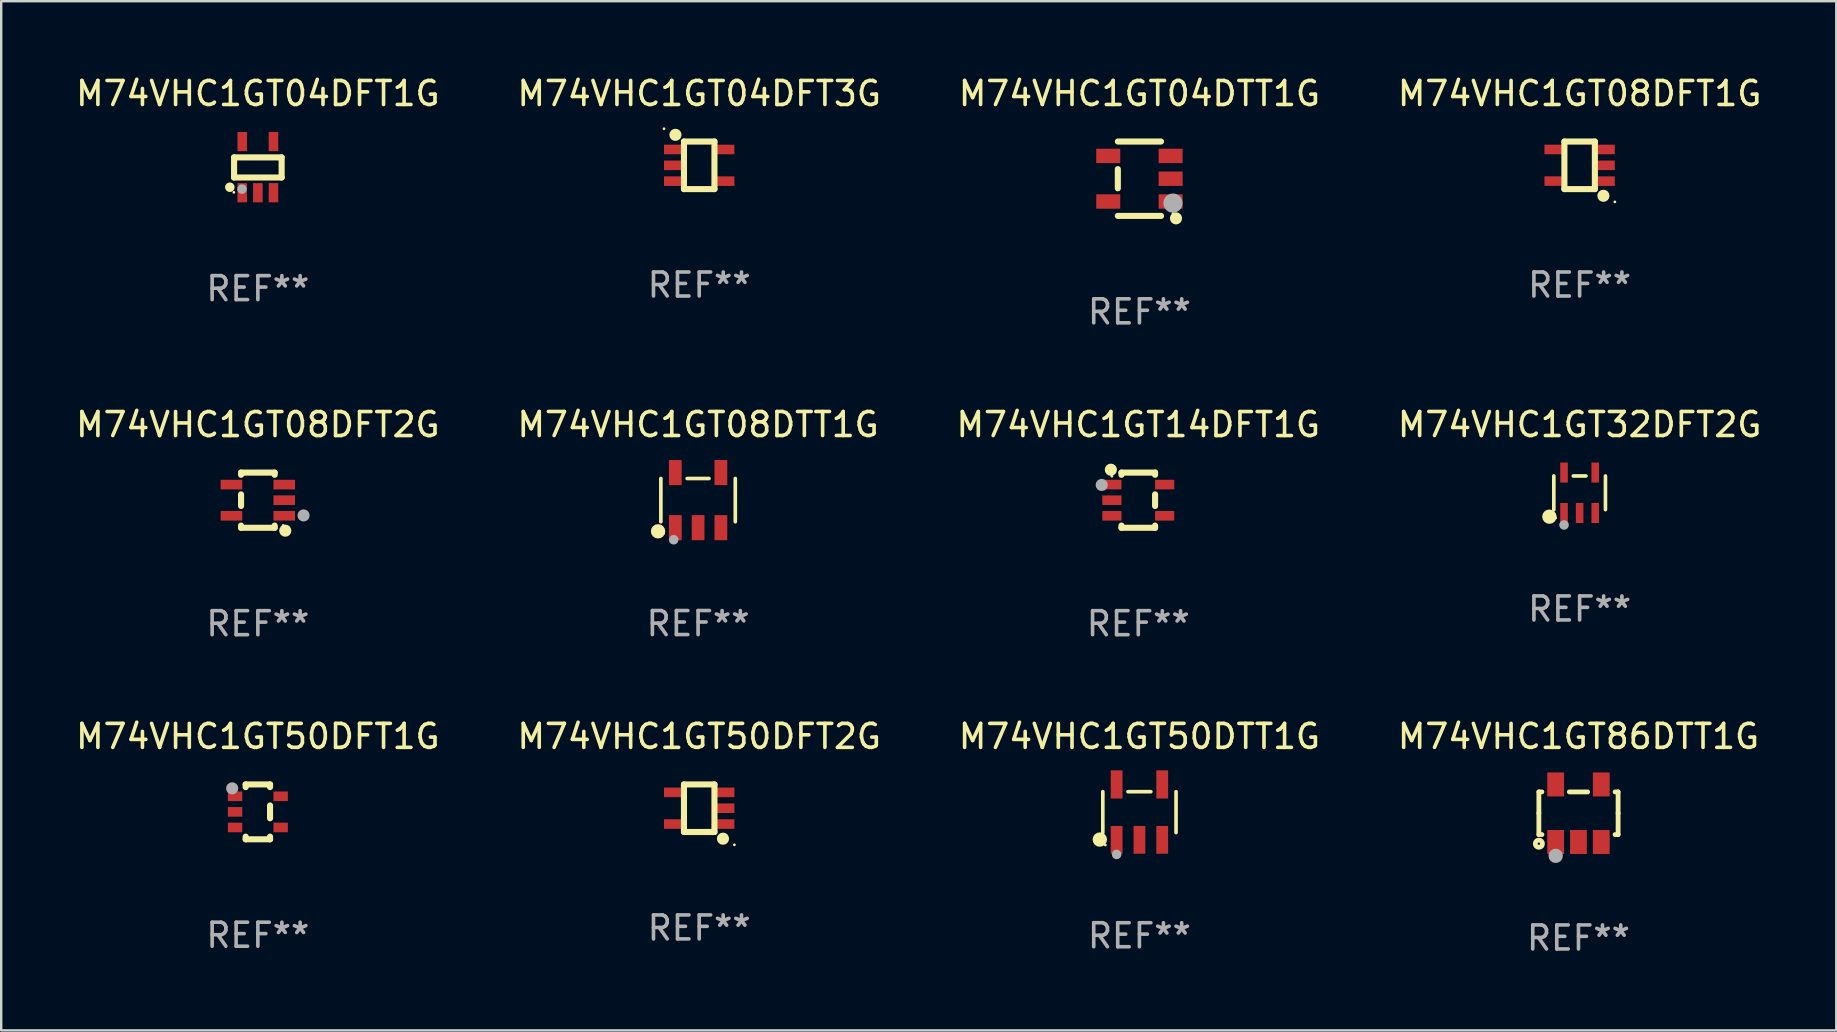
<source format=kicad_pcb>
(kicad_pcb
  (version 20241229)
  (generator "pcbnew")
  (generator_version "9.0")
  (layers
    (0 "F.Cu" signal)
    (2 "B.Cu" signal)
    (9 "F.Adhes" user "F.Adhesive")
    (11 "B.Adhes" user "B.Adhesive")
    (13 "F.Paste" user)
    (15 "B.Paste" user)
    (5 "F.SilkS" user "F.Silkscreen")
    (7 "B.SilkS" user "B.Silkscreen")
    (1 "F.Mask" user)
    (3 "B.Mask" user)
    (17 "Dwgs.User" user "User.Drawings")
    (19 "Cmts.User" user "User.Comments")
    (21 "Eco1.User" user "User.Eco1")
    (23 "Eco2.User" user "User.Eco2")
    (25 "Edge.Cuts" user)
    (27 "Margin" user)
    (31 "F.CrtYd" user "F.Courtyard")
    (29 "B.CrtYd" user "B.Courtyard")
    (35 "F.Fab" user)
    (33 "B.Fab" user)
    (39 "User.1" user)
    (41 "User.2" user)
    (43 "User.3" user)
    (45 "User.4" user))
  (footprint "M74VHC1GT08DFT1G"
    (layer "F.Cu")
    (at 62.78 3.839)
    (property "Reference" "M74VHC1GT08DFT1G" (at 0 -2.991 0) (layer "F.SilkS") (effects (font (size 1 1) (thickness 0.15))))
    (attr through_hole)
    (fp_line (start -0.635 -0.991) (end 0.635 -0.991) (stroke (width 0.254) (type solid)) (layer "F.SilkS"))
    (fp_line (start -0.635 0.991) (end -0.635 -0.991) (stroke (width 0.254) (type solid)) (layer "F.SilkS"))
    (fp_line (start 0.635 -0.991) (end 0.635 0.991) (stroke (width 0.254) (type solid)) (layer "F.SilkS"))
    (fp_line (start 0.635 0.991) (end -0.635 0.991) (stroke (width 0.254) (type solid)) (layer "F.SilkS"))
    (fp_circle (center 0.991 1.27) (end 1.118 1.27) (stroke (width 0.254) (type solid)) (fill no) (layer "F.SilkS"))
    (fp_circle (center 1.467 1.524) (end 1.497 1.524) (stroke (width 0.06) (type solid)) (fill no) (layer "F.SilkS"))
    (fp_text user "REF**" (at 0 4.991 0) (layer "F.Fab") (effects (font (size 1 1) (thickness 0.15))))
    (pad "1" smd rect (at 1.067 0.66 180) (size 0.8 0.399) (layers "F.Cu" "F.Mask" "F.Paste"))
    (pad "2" smd rect (at 1.067 0 180) (size 0.8 0.399) (layers "F.Cu" "F.Mask" "F.Paste"))
    (pad "3" smd rect (at 1.067 -0.66 180) (size 0.8 0.399) (layers "F.Cu" "F.Mask" "F.Paste"))
    (pad "4" smd rect (at -1.067 -0.66 180) (size 0.8 0.399) (layers "F.Cu" "F.Mask" "F.Paste"))
    (pad "5" smd rect (at -1.066 0.659 180) (size 0.8 0.399) (layers "F.Cu" "F.Mask" "F.Paste")))
  (footprint "M74VHC1GT50DTT1G"
    (layer "F.Cu")
    (at 44.435 30.795)
    (property "Reference" "M74VHC1GT50DTT1G" (at 0 -3.154 0) (layer "F.SilkS") (effects (font (size 1 1) (thickness 0.15))))
    (attr through_hole)
    (fp_line (start -1.526 0.851) (end -1.526 -0.851) (stroke (width 0.152) (type solid)) (layer "F.SilkS"))
    (fp_line (start 0.476 -0.851) (end -0.476 -0.851) (stroke (width 0.152) (type solid)) (layer "F.SilkS"))
    (fp_line (start 1.526 0.851) (end 1.526 -0.851) (stroke (width 0.152) (type solid)) (layer "F.SilkS"))
    (fp_circle (center -1.651 1.143) (end -1.501 1.143) (stroke (width 0.3) (type solid)) (fill no) (layer "F.SilkS"))
    (fp_circle (center -1.42 1.37) (end -1.39 1.37) (stroke (width 0.06) (type solid)) (fill no) (layer "F.SilkS"))
    (fp_circle (center -0.95 1.763) (end -0.85 1.763) (stroke (width 0.2) (type solid)) (fill no) (layer "F.Fab"))
    (fp_text user "REF**" (at 0 5.154 0) (layer "F.Fab") (effects (font (size 1 1) (thickness 0.15))))
    (pad "1" smd rect (at -0.95 1.154) (size 0.49 1.157) (layers "F.Cu" "F.Mask" "F.Paste"))
    (pad "2" smd rect (at 0 1.154) (size 0.49 1.157) (layers "F.Cu" "F.Mask" "F.Paste"))
    (pad "3" smd rect (at 0.95 1.154) (size 0.49 1.157) (layers "F.Cu" "F.Mask" "F.Paste"))
    (pad "4" smd rect (at 0.95 -1.154) (size 0.49 1.175) (layers "F.Cu" "F.Mask" "F.Paste"))
    (pad "5" smd rect (at -0.95 -1.154) (size 0.49 1.175) (layers "F.Cu" "F.Mask" "F.Paste")))
  (footprint "M74VHC1GT50DFT1G"
    (layer "F.Cu")
    (at 7.696 30.784)
    (property "Reference" "M74VHC1GT50DFT1G" (at 0 -3.143 0) (layer "F.SilkS") (effects (font (size 1 1) (thickness 0.15))))
    (attr through_hole)
    (fp_line (start -0.508 -1.143) (end 0.508 -1.143) (stroke (width 0.254) (type solid)) (layer "F.SilkS"))
    (fp_line (start -0.508 -1.032) (end -0.508 -1.143) (stroke (width 0.254) (type solid)) (layer "F.SilkS"))
    (fp_line (start -0.508 1.143) (end -0.508 1.032) (stroke (width 0.254) (type solid)) (layer "F.SilkS"))
    (fp_line (start 0.508 -1.143) (end 0.508 -1.032) (stroke (width 0.254) (type solid)) (layer "F.SilkS"))
    (fp_line (start 0.508 -0.268) (end 0.508 0.268) (stroke (width 0.254) (type solid)) (layer "F.SilkS"))
    (fp_line (start 0.508 1.032) (end 0.508 1.143) (stroke (width 0.254) (type solid)) (layer "F.SilkS"))
    (fp_line (start 0.508 1.143) (end -0.508 1.143) (stroke (width 0.254) (type solid)) (layer "F.SilkS"))
    (fp_circle (center -1.05 -1) (end -1.02 -1) (stroke (width 0.06) (type solid)) (fill no) (layer "F.SilkS"))
    (fp_circle (center -1.07 -0.98) (end -0.943 -0.98) (stroke (width 0.254) (type solid)) (fill no) (layer "F.Fab"))
    (fp_text user "REF**" (at 0 5.143 0) (layer "F.Fab") (effects (font (size 1 1) (thickness 0.15))))
    (pad "1" smd rect (at -0.95 -0.65 90) (size 0.4 0.6) (layers "F.Cu" "F.Mask" "F.Paste"))
    (pad "2" smd rect (at -0.95 -0.000076 90) (size 0.4 0.6) (layers "F.Cu" "F.Mask" "F.Paste"))
    (pad "3" smd rect (at -0.95 0.65 90) (size 0.4 0.6) (layers "F.Cu" "F.Mask" "F.Paste"))
    (pad "4" smd rect (at 0.95 0.65 90) (size 0.4 0.6) (layers "F.Cu" "F.Mask" "F.Paste"))
    (pad "5" smd rect (at 0.95 -0.65 90) (size 0.4 0.6) (layers "F.Cu" "F.Mask" "F.Paste")))
  (footprint "M74VHC1GT04DFT3G"
    (layer "F.Cu")
    (at 26.089 3.839)
    (property "Reference" "M74VHC1GT04DFT3G" (at 0 -2.991 0) (layer "F.SilkS") (effects (font (size 1 1) (thickness 0.15))))
    (attr through_hole)
    (fp_line (start -0.635 -0.991) (end 0.635 -0.991) (stroke (width 0.254) (type solid)) (layer "F.SilkS"))
    (fp_line (start -0.635 0.991) (end -0.635 -0.991) (stroke (width 0.254) (type solid)) (layer "F.SilkS"))
    (fp_line (start 0.635 -0.991) (end 0.635 0.991) (stroke (width 0.254) (type solid)) (layer "F.SilkS"))
    (fp_line (start 0.635 0.991) (end -0.635 0.991) (stroke (width 0.254) (type solid)) (layer "F.SilkS"))
    (fp_circle (center -1.467 -1.524) (end -1.437 -1.524) (stroke (width 0.06) (type solid)) (fill no) (layer "F.SilkS"))
    (fp_circle (center -0.991 -1.27) (end -0.864 -1.27) (stroke (width 0.254) (type solid)) (fill no) (layer "F.SilkS"))
    (fp_text user "REF**" (at 0 4.991 0) (layer "F.Fab") (effects (font (size 1 1) (thickness 0.15))))
    (pad "1" smd rect (at -1.067 -0.66) (size 0.8 0.399) (layers "F.Cu" "F.Mask" "F.Paste"))
    (pad "2" smd rect (at -1.067 0) (size 0.8 0.399) (layers "F.Cu" "F.Mask" "F.Paste"))
    (pad "3" smd rect (at -1.067 0.66) (size 0.8 0.399) (layers "F.Cu" "F.Mask" "F.Paste"))
    (pad "4" smd rect (at 1.067 0.66) (size 0.8 0.399) (layers "F.Cu" "F.Mask" "F.Paste"))
    (pad "5" smd rect (at 1.066 -0.659) (size 0.8 0.399) (layers "F.Cu" "F.Mask" "F.Paste")))
  (footprint "M74VHC1GT14DFT1G"
    (layer "F.Cu")
    (at 44.387 17.795)
    (property "Reference" "M74VHC1GT14DFT1G" (at 0 -3.15 0) (layer "F.SilkS") (effects (font (size 1 1) (thickness 0.15))))
    (attr through_hole)
    (fp_line (start -0.7 -1.15) (end -0.7 -1.058) (stroke (width 0.254) (type solid)) (layer "F.SilkS"))
    (fp_line (start -0.7 1.058) (end -0.7 1.15) (stroke (width 0.254) (type solid)) (layer "F.SilkS"))
    (fp_line (start 0.7 -1.15) (end -0.7 -1.15) (stroke (width 0.254) (type solid)) (layer "F.SilkS"))
    (fp_line (start 0.7 -1.15) (end 0.7 -1.058) (stroke (width 0.254) (type solid)) (layer "F.SilkS"))
    (fp_line (start 0.7 -0.242) (end 0.7 0.242) (stroke (width 0.254) (type solid)) (layer "F.SilkS"))
    (fp_line (start 0.7 1.058) (end 0.7 1.15) (stroke (width 0.254) (type solid)) (layer "F.SilkS"))
    (fp_line (start 0.7 1.15) (end -0.7 1.15) (stroke (width 0.254) (type solid)) (layer "F.SilkS"))
    (fp_circle (center -1.143 -1.27) (end -1.016 -1.27) (stroke (width 0.254) (type solid)) (fill no) (layer "F.SilkS"))
    (fp_circle (center -1.1 -1) (end -1.07 -1) (stroke (width 0.06) (type solid)) (fill no) (layer "F.SilkS"))
    (fp_circle (center -1.524 -0.635) (end -1.397 -0.635) (stroke (width 0.254) (type solid)) (fill no) (layer "F.Fab"))
    (fp_text user "REF**" (at 0 5.15 0) (layer "F.Fab") (effects (font (size 1 1) (thickness 0.15))))
    (pad "1" smd rect (at -1.1 -0.65 270) (size 0.4 0.8) (layers "F.Cu" "F.Mask" "F.Paste"))
    (pad "2" smd rect (at -1.1 -0.000051 270) (size 0.4 0.8) (layers "F.Cu" "F.Mask" "F.Paste"))
    (pad "3" smd rect (at -1.1 0.65 270) (size 0.4 0.8) (layers "F.Cu" "F.Mask" "F.Paste"))
    (pad "4" smd rect (at 1.1 0.65 270) (size 0.4 0.8) (layers "F.Cu" "F.Mask" "F.Paste"))
    (pad "5" smd rect (at 1.1 -0.65 270) (size 0.4 0.8) (layers "F.Cu" "F.Mask" "F.Paste")))
  (footprint "M74VHC1GT08DTT1G"
    (layer "F.Cu")
    (at 26.042 17.792)
    (property "Reference" "M74VHC1GT08DTT1G" (at 0 -3.148 0) (layer "F.SilkS") (effects (font (size 1 1) (thickness 0.15))))
    (attr through_hole)
    (fp_line (start -1.551 0.901) (end -1.551 -0.901) (stroke (width 0.152) (type solid)) (layer "F.SilkS"))
    (fp_line (start 0.455 -0.901) (end -0.455 -0.901) (stroke (width 0.152) (type solid)) (layer "F.SilkS"))
    (fp_line (start 1.551 0.901) (end 1.551 -0.901) (stroke (width 0.152) (type solid)) (layer "F.SilkS"))
    (fp_circle (center -1.668 1.3) (end -1.518 1.3) (stroke (width 0.3) (type solid)) (fill no) (layer "F.SilkS"))
    (fp_circle (center -1.45 1.4) (end -1.42 1.4) (stroke (width 0.06) (type solid)) (fill no) (layer "F.SilkS"))
    (fp_circle (center -1.016 1.651) (end -0.916 1.651) (stroke (width 0.2) (type solid)) (fill no) (layer "F.Fab"))
    (fp_text user "REF**" (at 0 5.148 0) (layer "F.Fab") (effects (font (size 1 1) (thickness 0.15))))
    (pad "1" smd rect (at -0.95 1.148) (size 0.532 1.045) (layers "F.Cu" "F.Mask" "F.Paste"))
    (pad "2" smd rect (at 0 1.148) (size 0.532 1.045) (layers "F.Cu" "F.Mask" "F.Paste"))
    (pad "3" smd rect (at 0.95 1.148) (size 0.532 1.045) (layers "F.Cu" "F.Mask" "F.Paste"))
    (pad "4" smd rect (at 0.95 -1.148) (size 0.532 1.045) (layers "F.Cu" "F.Mask" "F.Paste"))
    (pad "5" smd rect (at -0.95 -1.148) (size 0.532 1.045) (layers "F.Cu" "F.Mask" "F.Paste")))
  (footprint "M74VHC1GT86DTT1G"
    (layer "F.Cu")
    (at 62.732 30.841)
    (property "Reference" "M74VHC1GT86DTT1G" (at 0 -3.2 0) (layer "F.SilkS") (effects (font (size 1 1) (thickness 0.15))))
    (attr through_hole)
    (fp_line (start -1.651 -0.889) (end -1.524 -0.889) (stroke (width 0.2) (type solid)) (layer "F.SilkS"))
    (fp_line (start -1.651 0) (end -1.651 -0.889) (stroke (width 0.2) (type solid)) (layer "F.SilkS"))
    (fp_line (start -1.651 0) (end -1.651 0.889) (stroke (width 0.2) (type solid)) (layer "F.SilkS"))
    (fp_line (start -1.651 0.889) (end -1.524 0.889) (stroke (width 0.2) (type solid)) (layer "F.SilkS"))
    (fp_line (start 0.381 -0.889) (end -0.381 -0.889) (stroke (width 0.2) (type solid)) (layer "F.SilkS"))
    (fp_line (start 1.651 -0.889) (end 1.524 -0.889) (stroke (width 0.2) (type solid)) (layer "F.SilkS"))
    (fp_line (start 1.651 0) (end 1.651 -0.889) (stroke (width 0.2) (type solid)) (layer "F.SilkS"))
    (fp_line (start 1.651 0) (end 1.651 0.889) (stroke (width 0.2) (type solid)) (layer "F.SilkS"))
    (fp_line (start 1.651 0.889) (end 1.524 0.889) (stroke (width 0.2) (type solid)) (layer "F.SilkS"))
    (fp_circle (center -1.651 1.27) (end -1.501 1.27) (stroke (width 0.2) (type solid)) (fill no) (layer "F.SilkS"))
    (fp_circle (center -1.5 1.375) (end -1.47 1.375) (stroke (width 0.06) (type solid)) (fill no) (layer "F.SilkS"))
    (fp_circle (center -0.95 1.775) (end -0.8 1.775) (stroke (width 0.3) (type solid)) (fill no) (layer "F.Fab"))
    (fp_text user "REF**" (at 0 5.2 0) (layer "F.Fab") (effects (font (size 1 1) (thickness 0.15))))
    (pad "1" smd rect (at -0.95 1.2) (size 0.7 1) (layers "F.Cu" "F.Mask" "F.Paste"))
    (pad "2" smd rect (at 0 1.2) (size 0.7 1) (layers "F.Cu" "F.Mask" "F.Paste"))
    (pad "3" smd rect (at 0.95 1.2) (size 0.7 1) (layers "F.Cu" "F.Mask" "F.Paste"))
    (pad "4" smd rect (at 0.95 -1.2) (size 0.7 1) (layers "F.Cu" "F.Mask" "F.Paste"))
    (pad "5" smd rect (at -0.95 -1.2) (size 0.7 1) (layers "F.Cu" "F.Mask" "F.Paste")))
  (footprint "M74VHC1GT50DFT2G"
    (layer "F.Cu")
    (at 26.089 30.632)
    (property "Reference" "M74VHC1GT50DFT2G" (at 0 -2.991 0) (layer "F.SilkS") (effects (font (size 1 1) (thickness 0.15))))
    (attr through_hole)
    (fp_line (start -0.635 -0.991) (end 0.635 -0.991) (stroke (width 0.254) (type solid)) (layer "F.SilkS"))
    (fp_line (start -0.635 0.991) (end -0.635 -0.991) (stroke (width 0.254) (type solid)) (layer "F.SilkS"))
    (fp_line (start 0.635 -0.991) (end 0.635 0.991) (stroke (width 0.254) (type solid)) (layer "F.SilkS"))
    (fp_line (start 0.635 0.991) (end -0.635 0.991) (stroke (width 0.254) (type solid)) (layer "F.SilkS"))
    (fp_circle (center 0.991 1.27) (end 1.118 1.27) (stroke (width 0.254) (type solid)) (fill no) (layer "F.SilkS"))
    (fp_circle (center 1.467 1.524) (end 1.497 1.524) (stroke (width 0.06) (type solid)) (fill no) (layer "F.SilkS"))
    (fp_text user "REF**" (at 0 4.991 0) (layer "F.Fab") (effects (font (size 1 1) (thickness 0.15))))
    (pad "1" smd rect (at 1.067 0.66 180) (size 0.8 0.399) (layers "F.Cu" "F.Mask" "F.Paste"))
    (pad "2" smd rect (at 1.067 0 180) (size 0.8 0.399) (layers "F.Cu" "F.Mask" "F.Paste"))
    (pad "3" smd rect (at 1.067 -0.66 180) (size 0.8 0.399) (layers "F.Cu" "F.Mask" "F.Paste"))
    (pad "4" smd rect (at -1.067 -0.66 180) (size 0.8 0.399) (layers "F.Cu" "F.Mask" "F.Paste"))
    (pad "5" smd rect (at -1.066 0.659 180) (size 0.8 0.399) (layers "F.Cu" "F.Mask" "F.Paste")))
  (footprint "M74VHC1GT32DFT2G"
    (layer "F.Cu")
    (at 62.78 17.487)
    (property "Reference" "M74VHC1GT32DFT2G" (at 0 -2.843 0) (layer "F.SilkS") (effects (font (size 1 1) (thickness 0.15))))
    (attr through_hole)
    (fp_line (start -1.076 0.701) (end -1.076 -0.701) (stroke (width 0.152) (type solid)) (layer "F.SilkS"))
    (fp_line (start 0.264 -0.701) (end -0.264 -0.701) (stroke (width 0.152) (type solid)) (layer "F.SilkS"))
    (fp_line (start 1.076 0.701) (end 1.076 -0.701) (stroke (width 0.152) (type solid)) (layer "F.SilkS"))
    (fp_circle (center -1.26 0.995) (end -1.11 0.995) (stroke (width 0.3) (type solid)) (fill no) (layer "F.SilkS"))
    (fp_circle (center -1 1.05) (end -0.97 1.05) (stroke (width 0.06) (type solid)) (fill no) (layer "F.SilkS"))
    (fp_circle (center -0.65 1.341) (end -0.55 1.341) (stroke (width 0.2) (type solid)) (fill no) (layer "F.Fab"))
    (fp_text user "REF**" (at 0 4.843 0) (layer "F.Fab") (effects (font (size 1 1) (thickness 0.15))))
    (pad "1" smd rect (at -0.65 0.843) (size 0.315 0.835) (layers "F.Cu" "F.Mask" "F.Paste"))
    (pad "2" smd rect (at 0.00014 0.843) (size 0.315 0.835) (layers "F.Cu" "F.Mask" "F.Paste"))
    (pad "3" smd rect (at 0.65 0.843) (size 0.315 0.835) (layers "F.Cu" "F.Mask" "F.Paste"))
    (pad "4" smd rect (at 0.65 -0.843) (size 0.315 0.835) (layers "F.Cu" "F.Mask" "F.Paste"))
    (pad "5" smd rect (at -0.65 -0.843) (size 0.315 0.835) (layers "F.Cu" "F.Mask" "F.Paste")))
  (footprint "M74VHC1GT04DTT1G"
    (layer "F.Cu")
    (at 44.435 4.398)
    (property "Reference" "M74VHC1GT04DTT1G" (at 0 -3.55 0) (layer "F.SilkS") (effects (font (size 1 1) (thickness 0.15))))
    (attr through_hole)
    (fp_line (start -0.9 -1.55) (end 0.9 -1.55) (stroke (width 0.254) (type solid)) (layer "F.SilkS"))
    (fp_line (start -0.9 0.4) (end -0.9 -0.4) (stroke (width 0.254) (type solid)) (layer "F.SilkS"))
    (fp_line (start -0.9 1.55) (end 0.9 1.55) (stroke (width 0.254) (type solid)) (layer "F.SilkS"))
    (fp_circle (center 1.4 1.45) (end 1.43 1.45) (stroke (width 0.06) (type solid)) (fill no) (layer "F.SilkS"))
    (fp_circle (center 1.524 1.651) (end 1.651 1.651) (stroke (width 0.254) (type solid)) (fill no) (layer "F.SilkS"))
    (fp_circle (center 1.397 1.016) (end 1.597 1.016) (stroke (width 0.4) (type solid)) (fill no) (layer "F.Fab"))
    (fp_text user "REF**" (at 0 5.55 0) (layer "F.Fab") (effects (font (size 1 1) (thickness 0.15))))
    (pad "1" smd rect (at 1.3 0.95) (size 1 0.6) (layers "F.Cu" "F.Mask" "F.Paste"))
    (pad "2" smd rect (at 1.3 -0.000051) (size 1 0.6) (layers "F.Cu" "F.Mask" "F.Paste"))
    (pad "3" smd rect (at 1.3 -0.95) (size 1 0.6) (layers "F.Cu" "F.Mask" "F.Paste"))
    (pad "4" smd rect (at -1.3 -0.95) (size 1 0.6) (layers "F.Cu" "F.Mask" "F.Paste"))
    (pad "5" smd rect (at -1.3 0.95) (size 1 0.6) (layers "F.Cu" "F.Mask" "F.Paste")))
  (footprint "M74VHC1GT08DFT2G"
    (layer "F.Cu")
    (at 7.696 17.795)
    (property "Reference" "M74VHC1GT08DFT2G" (at 0 -3.15 0) (layer "F.SilkS") (effects (font (size 1 1) (thickness 0.15))))
    (attr through_hole)
    (fp_line (start -0.7 -1.15) (end 0.7 -1.15) (stroke (width 0.254) (type solid)) (layer "F.SilkS"))
    (fp_line (start -0.7 -1.058) (end -0.7 -1.15) (stroke (width 0.254) (type solid)) (layer "F.SilkS"))
    (fp_line (start -0.7 0.242) (end -0.7 -0.242) (stroke (width 0.254) (type solid)) (layer "F.SilkS"))
    (fp_line (start -0.7 1.15) (end -0.7 1.058) (stroke (width 0.254) (type solid)) (layer "F.SilkS"))
    (fp_line (start -0.7 1.15) (end 0.7 1.15) (stroke (width 0.254) (type solid)) (layer "F.SilkS"))
    (fp_line (start 0.7 -1.058) (end 0.7 -1.15) (stroke (width 0.254) (type solid)) (layer "F.SilkS"))
    (fp_line (start 0.7 1.15) (end 0.7 1.058) (stroke (width 0.254) (type solid)) (layer "F.SilkS"))
    (fp_circle (center 1.053 1.052) (end 1.083 1.052) (stroke (width 0.06) (type solid)) (fill no) (layer "F.SilkS"))
    (fp_circle (center 1.143 1.27) (end 1.27 1.27) (stroke (width 0.254) (type solid)) (fill no) (layer "F.SilkS"))
    (fp_circle (center 1.905 0.635) (end 2.032 0.635) (stroke (width 0.254) (type solid)) (fill no) (layer "F.Fab"))
    (fp_text user "REF**" (at 0 5.15 0) (layer "F.Fab") (effects (font (size 1 1) (thickness 0.15))))
    (pad "1" smd rect (at 1.1 0.65 90) (size 0.4 0.9) (layers "F.Cu" "F.Mask" "F.Paste"))
    (pad "2" smd rect (at 1.1 0.000076 90) (size 0.4 0.9) (layers "F.Cu" "F.Mask" "F.Paste"))
    (pad "3" smd rect (at 1.1 -0.65 90) (size 0.4 0.9) (layers "F.Cu" "F.Mask" "F.Paste"))
    (pad "4" smd rect (at -1.1 -0.65 90) (size 0.4 0.9) (layers "F.Cu" "F.Mask" "F.Paste"))
    (pad "5" smd rect (at -1.1 0.65 90) (size 0.4 0.9) (layers "F.Cu" "F.Mask" "F.Paste")))
  (footprint "M74VHC1GT04DFT1G"
    (layer "F.Cu")
    (at 7.696 3.915)
    (property "Reference" "M74VHC1GT04DFT1G" (at 0 -3.067 0) (layer "F.SilkS") (effects (font (size 1 1) (thickness 0.15))))
    (attr through_hole)
    (fp_line (start -0.991 -0.406) (end 0.991 -0.406) (stroke (width 0.254) (type solid)) (layer "F.SilkS"))
    (fp_line (start -0.991 0.432) (end -0.991 -0.406) (stroke (width 0.254) (type solid)) (layer "F.SilkS"))
    (fp_line (start 0.991 -0.406) (end 0.991 0.432) (stroke (width 0.254) (type solid)) (layer "F.SilkS"))
    (fp_line (start 0.991 0.432) (end -0.991 0.432) (stroke (width 0.254) (type solid)) (layer "F.SilkS"))
    (fp_circle (center -1.168 0.838) (end -1.068 0.838) (stroke (width 0.2) (type solid)) (fill no) (layer "F.SilkS"))
    (fp_circle (center -1 1.05) (end -0.97 1.05) (stroke (width 0.06) (type solid)) (fill no) (layer "F.SilkS"))
    (fp_circle (center -0.66 0.914) (end -0.56 0.914) (stroke (width 0.2) (type solid)) (fill no) (layer "F.Fab"))
    (fp_text user "REF**" (at 0 5.067 0) (layer "F.Fab") (effects (font (size 1 1) (thickness 0.15))))
    (pad "1" smd rect (at -0.65 1.067 90) (size 0.8 0.399) (layers "F.Cu" "F.Mask" "F.Paste"))
    (pad "2" smd rect (at 0 1.067 90) (size 0.8 0.399) (layers "F.Cu" "F.Mask" "F.Paste"))
    (pad "3" smd rect (at 0.65 1.067 90) (size 0.8 0.399) (layers "F.Cu" "F.Mask" "F.Paste"))
    (pad "4" smd rect (at 0.65 -1.067 90) (size 0.8 0.399) (layers "F.Cu" "F.Mask" "F.Paste"))
    (pad "5" smd rect (at -0.65 -1.066 90) (size 0.8 0.399) (layers "F.Cu" "F.Mask" "F.Paste")))
  (gr_rect
    (start -3 -3)
    (end 73.476 39.89)
    (stroke (width 0.1) (type default))
    (fill no)
    (layer "Edge.Cuts")))
</source>
